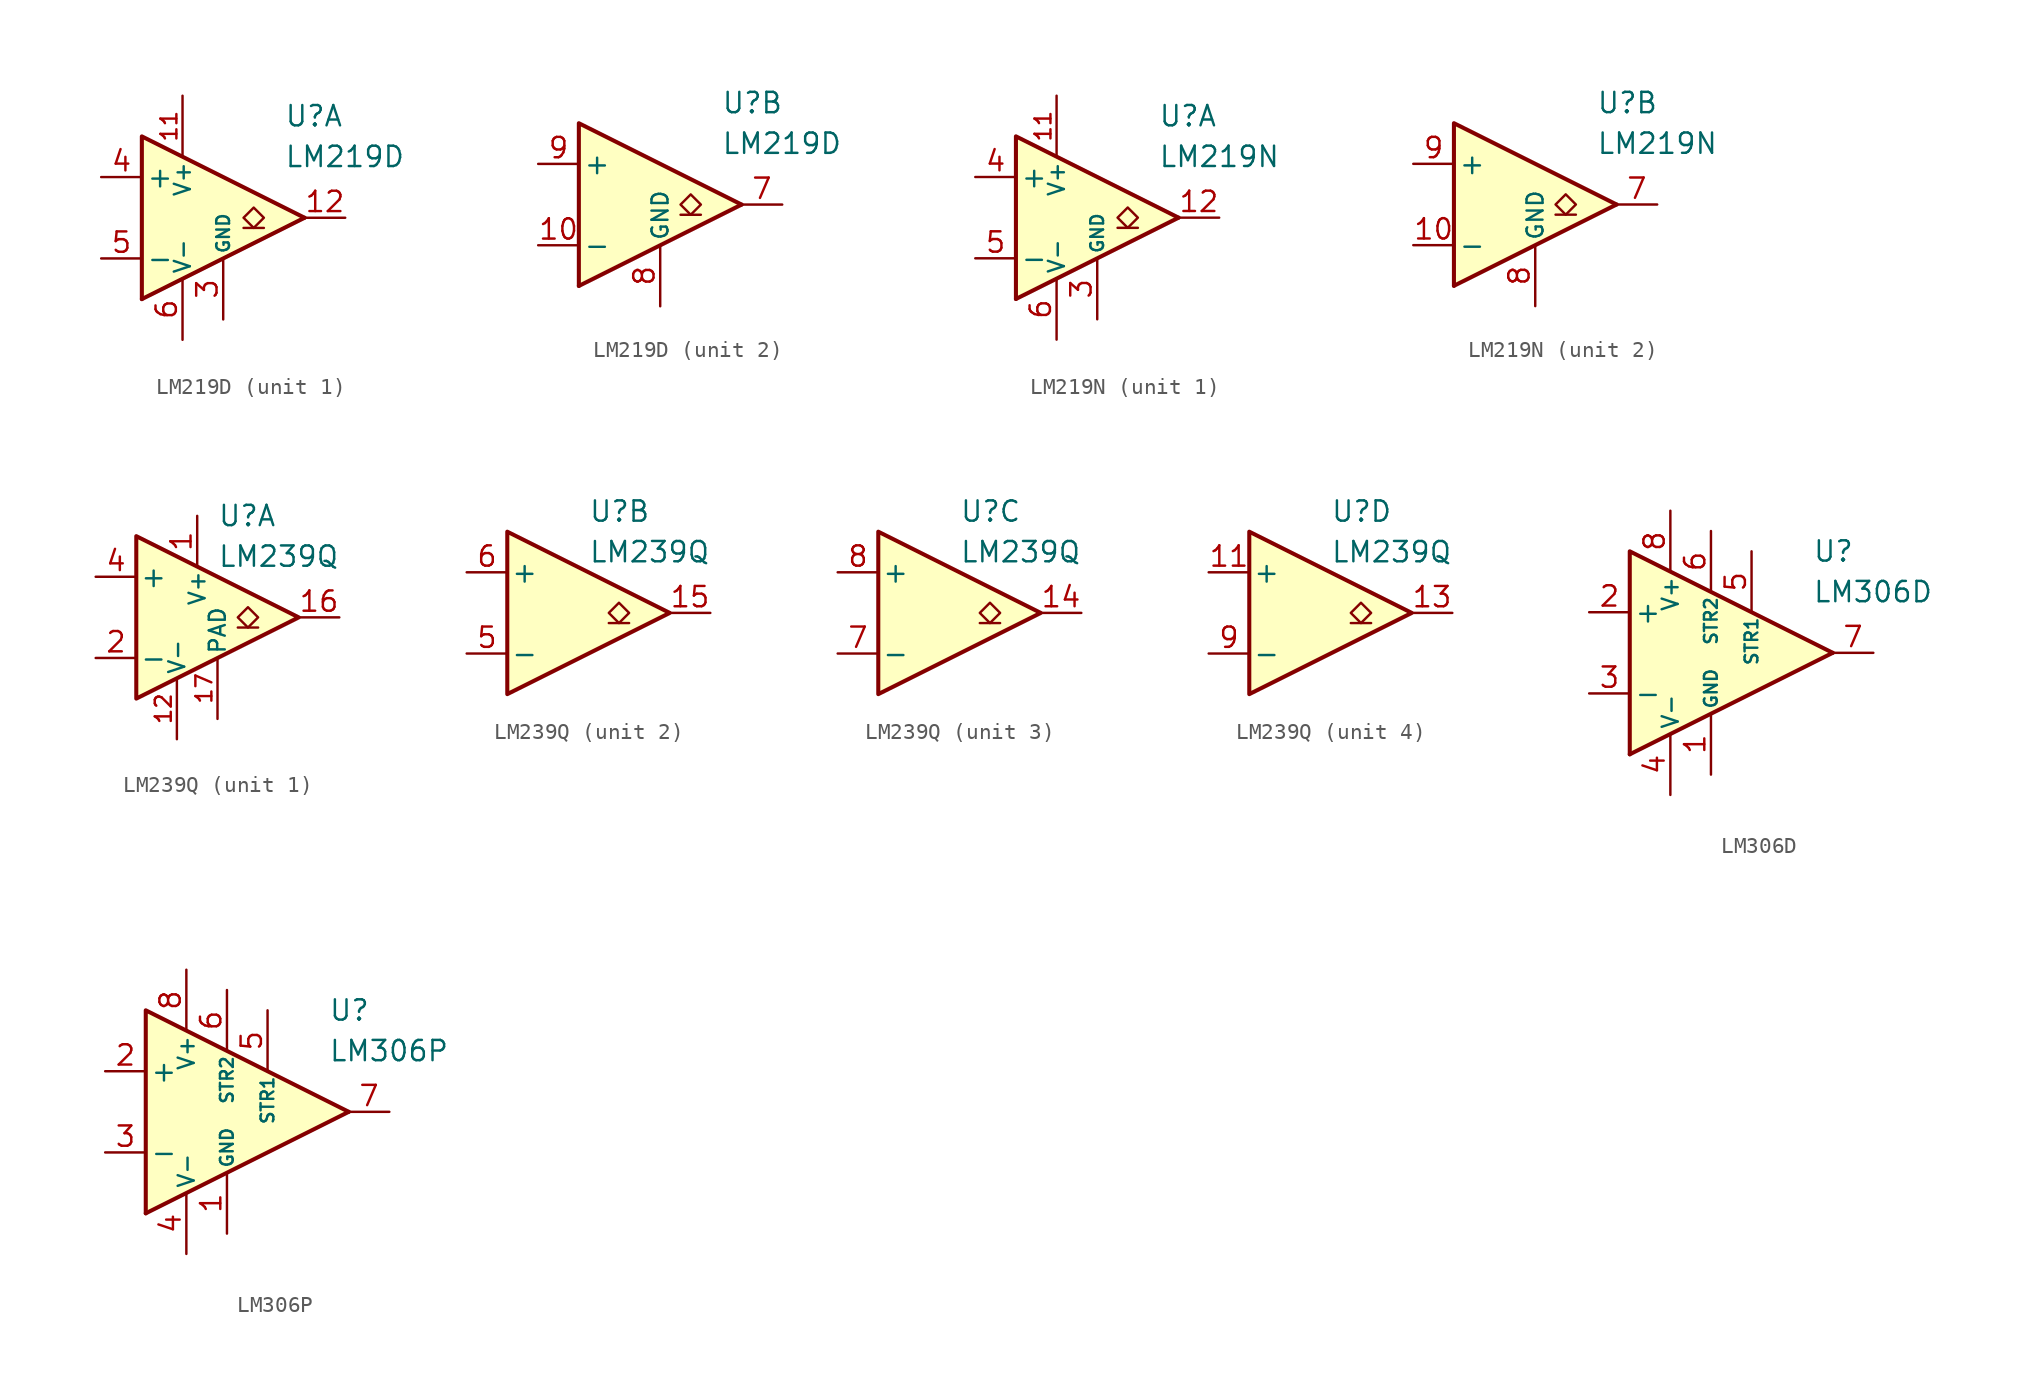
<source format=kicad_sym>
(kicad_symbol_lib
  (version 20211014)
  (generator kicad_symbol_editor)
  (symbol "LM219D"
    (pin_names
      (offset 0.254))
    (property "Reference" "U"
      (at 6.35 6.35 0)
      (effects (font (size 1.27 1.27)) (justify left)))
    (property "Value" "LM219D"
      (at 6.35 3.81 0)
      (effects (font (size 1.27 1.27)) (justify left)))
    (property "ki_locked" ""
      (at 0 0 0)
      (effects (font (size 1.27 1.27))))
    (symbol "LM219D_0_0"
      (polyline (pts (xy 7.62 0) (xy -2.54 -5.08)) (stroke (width 0.254) (type default) (color 0 0 0 0)) (fill (type none)))
      (polyline (pts (xy 7.62 0) (xy -2.54 5.08) (xy -2.54 -5.08)) (stroke (width 0.254) (type default) (color 0 0 0 0)) (fill (type background))))
    (symbol "LM219D_1_1"
      (polyline (pts (xy 5.08 -0.635) (xy 3.81 -0.635)) (stroke (width 0.152) (type default) (color 0 0 0 0)) (fill (type none)))
      (polyline (pts (xy 4.445 -0.635) (xy 3.81 0) (xy 4.445 0.635) (xy 5.08 0) (xy 4.445 -0.635)) (stroke (width 0.152) (type default) (color 0 0 0 0)) (fill (type none)))
      (pin open_emitter line (at 1.27 2.54 270) (length 2.54) hide (name "NC" (effects (font (size 1.27 1.27)))) (number "1" (effects (font (size 1.27 1.27)))))
      (pin power_in line (at 0 7.62 270) (length 3.81) (name "V+" (effects (font (size 1 1)))) (number "11" (effects (font (size 1 1)))))
      (pin open_collector line (at 10.16 0 180) (length 2.54) (name "~" (effects (font (size 1.27 1.27)))) (number "12" (effects (font (size 1.27 1.27)))))
      (pin no_connect line (at 1.27 -2.54 90) (length 2.54) hide (name "NC" (effects (font (size 1.27 1.27)))) (number "2" (effects (font (size 1.27 1.27)))))
      (pin power_in line (at 2.54 -6.35 90) (length 3.81) (name "GND" (effects (font (size 0.8 0.8)))) (number "3" (effects (font (size 1.27 1.27)))))
      (pin input line (at -5.08 2.54 0) (length 2.54) (name "+" (effects (font (size 1.27 1.27)))) (number "4" (effects (font (size 1.27 1.27)))))
      (pin input line (at -5.08 -2.54 0) (length 2.54) (name "-" (effects (font (size 1.27 1.27)))) (number "5" (effects (font (size 1.27 1.27)))))
      (pin power_in line (at 0 -7.62 90) (length 3.81) (name "V-" (effects (font (size 1 1)))) (number "6" (effects (font (size 1.27 1.27))))))
    (symbol "LM219D_2_1"
      (polyline (pts (xy 5.08 -0.635) (xy 3.81 -0.635)) (stroke (width 0.152) (type default) (color 0 0 0 0)) (fill (type none)))
      (polyline (pts (xy 4.445 -0.635) (xy 3.81 0) (xy 4.445 0.635) (xy 5.08 0) (xy 4.445 -0.635)) (stroke (width 0.152) (type default) (color 0 0 0 0)) (fill (type none)))
      (pin input line (at -5.08 -2.54 0) (length 2.54) (name "-" (effects (font (size 1.27 1.27)))) (number "10" (effects (font (size 1.27 1.27)))))
      (pin no_connect line (at 1.27 -2.54 90) (length 2.54) hide (name "NC" (effects (font (size 1.27 1.27)))) (number "13" (effects (font (size 1.27 1.27)))))
      (pin no_connect line (at 1.27 2.54 270) (length 2.54) hide (name "NC" (effects (font (size 1.27 1.27)))) (number "14" (effects (font (size 1.27 1.27)))))
      (pin open_collector line (at 10.16 0 180) (length 2.54) (name "~" (effects (font (size 1.27 1.27)))) (number "7" (effects (font (size 1.27 1.27)))))
      (pin power_in line (at 2.54 -6.35 90) (length 3.81) (name "GND" (effects (font (size 1 1)))) (number "8" (effects (font (size 1.27 1.27)))))
      (pin input line (at -5.08 2.54 0) (length 2.54) (name "+" (effects (font (size 1.27 1.27)))) (number "9" (effects (font (size 1.27 1.27)))))))
  (symbol "LM219N"
    (pin_names
      (offset 0.254))
    (property "Reference" "U"
      (at 6.35 6.35 0)
      (effects (font (size 1.27 1.27)) (justify left)))
    (property "Value" "LM219N"
      (at 6.35 3.81 0)
      (effects (font (size 1.27 1.27)) (justify left)))
    (property "ki_locked" ""
      (at 0 0 0)
      (effects (font (size 1.27 1.27))))
    (symbol "LM219N_0_0"
      (polyline (pts (xy 7.62 0) (xy -2.54 -5.08)) (stroke (width 0.254) (type default) (color 0 0 0 0)) (fill (type none)))
      (polyline (pts (xy 7.62 0) (xy -2.54 5.08) (xy -2.54 -5.08)) (stroke (width 0.254) (type default) (color 0 0 0 0)) (fill (type background))))
    (symbol "LM219N_1_1"
      (polyline (pts (xy 5.08 -0.635) (xy 3.81 -0.635)) (stroke (width 0.152) (type default) (color 0 0 0 0)) (fill (type none)))
      (polyline (pts (xy 4.445 -0.635) (xy 3.81 0) (xy 4.445 0.635) (xy 5.08 0) (xy 4.445 -0.635)) (stroke (width 0.152) (type default) (color 0 0 0 0)) (fill (type none)))
      (pin open_emitter line (at 1.27 2.54 270) (length 2.54) hide (name "NC" (effects (font (size 1.27 1.27)))) (number "1" (effects (font (size 1.27 1.27)))))
      (pin power_in line (at 0 7.62 270) (length 3.81) (name "V+" (effects (font (size 1 1)))) (number "11" (effects (font (size 1 1)))))
      (pin open_collector line (at 10.16 0 180) (length 2.54) (name "~" (effects (font (size 1.27 1.27)))) (number "12" (effects (font (size 1.27 1.27)))))
      (pin no_connect line (at 1.27 -2.54 90) (length 2.54) hide (name "NC" (effects (font (size 1.27 1.27)))) (number "2" (effects (font (size 1.27 1.27)))))
      (pin power_in line (at 2.54 -6.35 90) (length 3.81) (name "GND" (effects (font (size 0.8 0.8)))) (number "3" (effects (font (size 1.27 1.27)))))
      (pin input line (at -5.08 2.54 0) (length 2.54) (name "+" (effects (font (size 1.27 1.27)))) (number "4" (effects (font (size 1.27 1.27)))))
      (pin input line (at -5.08 -2.54 0) (length 2.54) (name "-" (effects (font (size 1.27 1.27)))) (number "5" (effects (font (size 1.27 1.27)))))
      (pin power_in line (at 0 -7.62 90) (length 3.81) (name "V-" (effects (font (size 1 1)))) (number "6" (effects (font (size 1.27 1.27))))))
    (symbol "LM219N_2_1"
      (polyline (pts (xy 5.08 -0.635) (xy 3.81 -0.635)) (stroke (width 0.152) (type default) (color 0 0 0 0)) (fill (type none)))
      (polyline (pts (xy 4.445 -0.635) (xy 3.81 0) (xy 4.445 0.635) (xy 5.08 0) (xy 4.445 -0.635)) (stroke (width 0.152) (type default) (color 0 0 0 0)) (fill (type none)))
      (pin input line (at -5.08 -2.54 0) (length 2.54) (name "-" (effects (font (size 1.27 1.27)))) (number "10" (effects (font (size 1.27 1.27)))))
      (pin no_connect line (at 1.27 -2.54 90) (length 2.54) hide (name "NC" (effects (font (size 1.27 1.27)))) (number "13" (effects (font (size 1.27 1.27)))))
      (pin no_connect line (at 1.27 2.54 270) (length 2.54) hide (name "NC" (effects (font (size 1.27 1.27)))) (number "14" (effects (font (size 1.27 1.27)))))
      (pin open_collector line (at 10.16 0 180) (length 2.54) (name "~" (effects (font (size 1.27 1.27)))) (number "7" (effects (font (size 1.27 1.27)))))
      (pin power_in line (at 2.54 -6.35 90) (length 3.81) (name "GND" (effects (font (size 1 1)))) (number "8" (effects (font (size 1.27 1.27)))))
      (pin input line (at -5.08 2.54 0) (length 2.54) (name "+" (effects (font (size 1.27 1.27)))) (number "9" (effects (font (size 1.27 1.27)))))))
  (symbol "LM239Q"
    (pin_names
      (offset 0.2))
    (property "Reference" "U"
      (at 1.27 6.35 0)
      (effects (font (size 1.27 1.27)) (justify left)))
    (property "Value" "LM239Q"
      (at 1.27 3.81 0)
      (effects (font (size 1.27 1.27)) (justify left)))
    (property "ki_locked" ""
      (at 0 0 0)
      (effects (font (size 1.27 1.27))))
    (symbol "LM239Q_0_1"
      (polyline (pts (xy -3.81 5.08) (xy -3.81 -5.08) (xy 6.35 0) (xy -3.81 5.08)) (stroke (width 0.254) (type default) (color 0 0 0 0)) (fill (type background))))
    (symbol "LM239Q_1_1"
      (polyline (pts (xy 3.81 -0.635) (xy 2.54 -0.635)) (stroke (width 0.152) (type default) (color 0 0 0 0)) (fill (type none)))
      (polyline (pts (xy 3.175 -0.635) (xy 2.54 0) (xy 3.175 0.635) (xy 3.81 0) (xy 3.175 -0.635)) (stroke (width 0.152) (type default) (color 0 0 0 0)) (fill (type none)))
      (pin power_in line (at 0 6.35 270) (length 3.18) (name "V+" (effects (font (size 1 1)))) (number "1" (effects (font (size 1.27 1.27)))))
      (pin no_connect line (at -2.54 -1.27 0) (length 2.54) hide (name "NC" (effects (font (size 1.27 1.27)))) (number "10" (effects (font (size 1.27 1.27)))))
      (pin power_in line (at -1.27 -7.62 90) (length 3.81) (name "V-" (effects (font (size 1 1)))) (number "12" (effects (font (size 1 1)))))
      (pin open_collector line (at 8.89 0 180) (length 2.54) (name "~" (effects (font (size 1.27 1.27)))) (number "16" (effects (font (size 1.27 1.27)))))
      (pin power_in line (at 1.27 -6.35 90) (length 3.81) (name "PAD" (effects (font (size 1 1)))) (number "17" (effects (font (size 1 1)))))
      (pin input line (at -6.35 -2.54 0) (length 2.54) (name "-" (effects (font (size 1.27 1.27)))) (number "2" (effects (font (size 1.27 1.27)))))
      (pin no_connect line (at -2.54 1.27 0) (length 2.54) hide (name "NC" (effects (font (size 1.27 1.27)))) (number "3" (effects (font (size 1.27 1.27)))))
      (pin input line (at -6.35 2.54 0) (length 2.54) (name "+" (effects (font (size 1.27 1.27)))) (number "4" (effects (font (size 1.27 1.27))))))
    (symbol "LM239Q_2_1"
      (polyline (pts (xy 3.81 -0.635) (xy 2.54 -0.635)) (stroke (width 0.152) (type default) (color 0 0 0 0)) (fill (type none)))
      (polyline (pts (xy 3.175 -0.635) (xy 2.54 0) (xy 3.175 0.635) (xy 3.81 0) (xy 3.175 -0.635)) (stroke (width 0.152) (type default) (color 0 0 0 0)) (fill (type none)))
      (pin open_collector line (at 8.89 0 180) (length 2.54) (name "~" (effects (font (size 1.27 1.27)))) (number "15" (effects (font (size 1.27 1.27)))))
      (pin input line (at -6.35 -2.54 0) (length 2.54) (name "-" (effects (font (size 1.27 1.27)))) (number "5" (effects (font (size 1.27 1.27)))))
      (pin input line (at -6.35 2.54 0) (length 2.54) (name "+" (effects (font (size 1.27 1.27)))) (number "6" (effects (font (size 1.27 1.27))))))
    (symbol "LM239Q_3_1"
      (polyline (pts (xy 3.81 -0.635) (xy 2.54 -0.635)) (stroke (width 0.152) (type default) (color 0 0 0 0)) (fill (type none)))
      (polyline (pts (xy 3.175 -0.635) (xy 2.54 0) (xy 3.175 0.635) (xy 3.81 0) (xy 3.175 -0.635)) (stroke (width 0.152) (type default) (color 0 0 0 0)) (fill (type none)))
      (pin open_collector line (at 8.89 0 180) (length 2.54) (name "~" (effects (font (size 1.27 1.27)))) (number "14" (effects (font (size 1.27 1.27)))))
      (pin input line (at -6.35 -2.54 0) (length 2.54) (name "-" (effects (font (size 1.27 1.27)))) (number "7" (effects (font (size 1.27 1.27)))))
      (pin input line (at -6.35 2.54 0) (length 2.54) (name "+" (effects (font (size 1.27 1.27)))) (number "8" (effects (font (size 1.27 1.27))))))
    (symbol "LM239Q_4_1"
      (polyline (pts (xy 3.81 -0.635) (xy 2.54 -0.635)) (stroke (width 0.152) (type default) (color 0 0 0 0)) (fill (type none)))
      (polyline (pts (xy 3.175 -0.635) (xy 2.54 0) (xy 3.175 0.635) (xy 3.81 0) (xy 3.175 -0.635)) (stroke (width 0.152) (type default) (color 0 0 0 0)) (fill (type none)))
      (pin input line (at -6.35 2.54 0) (length 2.54) (name "+" (effects (font (size 1.27 1.27)))) (number "11" (effects (font (size 1.27 1.27)))))
      (pin open_collector line (at 8.89 0 180) (length 2.54) (name "~" (effects (font (size 1.27 1.27)))) (number "13" (effects (font (size 1.27 1.27)))))
      (pin input line (at -6.35 -2.54 0) (length 2.54) (name "-" (effects (font (size 1.27 1.27)))) (number "9" (effects (font (size 1.27 1.27)))))))
  (symbol "LM306D"
    (pin_names
      (offset 0.254))
    (property "Reference" "U"
      (at 6.35 6.35 0)
      (effects (font (size 1.27 1.27)) (justify left)))
    (property "Value" "LM306D"
      (at 6.35 3.81 0)
      (effects (font (size 1.27 1.27)) (justify left)))
    (symbol "LM306D_0_0"
      (polyline (pts (xy 7.62 0) (xy -5.08 -6.35)) (stroke (width 0.254) (type default) (color 0 0 0 0)) (fill (type none)))
      (polyline (pts (xy 7.62 0) (xy -5.08 6.35) (xy -5.08 -6.35)) (stroke (width 0.254) (type default) (color 0 0 0 0)) (fill (type background))))
    (symbol "LM306D_1_1"
      (pin power_in line (at 0 -7.62 90) (length 3.81) (name "GND" (effects (font (size 0.8 0.8)))) (number "1" (effects (font (size 1.27 1.27)))))
      (pin input line (at -7.62 2.54 0) (length 2.54) (name "+" (effects (font (size 1.27 1.27)))) (number "2" (effects (font (size 1.27 1.27)))))
      (pin input line (at -7.62 -2.54 0) (length 2.54) (name "-" (effects (font (size 1.27 1.27)))) (number "3" (effects (font (size 1.27 1.27)))))
      (pin power_in line (at -2.54 -8.89 90) (length 3.81) (name "V-" (effects (font (size 1 1)))) (number "4" (effects (font (size 1.27 1.27)))))
      (pin input line (at 2.54 6.35 270) (length 3.81) (name "STR1" (effects (font (size 0.8 0.8)))) (number "5" (effects (font (size 1.27 1.27)))))
      (pin input line (at 0 7.62 270) (length 3.81) (name "STR2" (effects (font (size 0.8 0.8)))) (number "6" (effects (font (size 1.27 1.27)))))
      (pin output line (at 10.16 0 180) (length 2.54) (name "~" (effects (font (size 1.27 1.27)))) (number "7" (effects (font (size 1.27 1.27)))))
      (pin power_in line (at -2.54 8.89 270) (length 3.81) (name "V+" (effects (font (size 1 1)))) (number "8" (effects (font (size 1.27 1.27)))))))
  (symbol "LM306P"
    (pin_names
      (offset 0.254))
    (property "Reference" "U"
      (at 6.35 6.35 0)
      (effects (font (size 1.27 1.27)) (justify left)))
    (property "Value" "LM306P"
      (at 6.35 3.81 0)
      (effects (font (size 1.27 1.27)) (justify left)))
    (symbol "LM306P_0_0"
      (polyline (pts (xy 7.62 0) (xy -5.08 -6.35)) (stroke (width 0.254) (type default) (color 0 0 0 0)) (fill (type none)))
      (polyline (pts (xy 7.62 0) (xy -5.08 6.35) (xy -5.08 -6.35)) (stroke (width 0.254) (type default) (color 0 0 0 0)) (fill (type background))))
    (symbol "LM306P_1_1"
      (pin power_in line (at 0 -7.62 90) (length 3.81) (name "GND" (effects (font (size 0.8 0.8)))) (number "1" (effects (font (size 1.27 1.27)))))
      (pin input line (at -7.62 2.54 0) (length 2.54) (name "+" (effects (font (size 1.27 1.27)))) (number "2" (effects (font (size 1.27 1.27)))))
      (pin input line (at -7.62 -2.54 0) (length 2.54) (name "-" (effects (font (size 1.27 1.27)))) (number "3" (effects (font (size 1.27 1.27)))))
      (pin power_in line (at -2.54 -8.89 90) (length 3.81) (name "V-" (effects (font (size 1 1)))) (number "4" (effects (font (size 1.27 1.27)))))
      (pin input line (at 2.54 6.35 270) (length 3.81) (name "STR1" (effects (font (size 0.8 0.8)))) (number "5" (effects (font (size 1.27 1.27)))))
      (pin input line (at 0 7.62 270) (length 3.81) (name "STR2" (effects (font (size 0.8 0.8)))) (number "6" (effects (font (size 1.27 1.27)))))
      (pin output line (at 10.16 0 180) (length 2.54) (name "~" (effects (font (size 1.27 1.27)))) (number "7" (effects (font (size 1.27 1.27)))))
      (pin power_in line (at -2.54 8.89 270) (length 3.81) (name "V+" (effects (font (size 1 1)))) (number "8" (effects (font (size 1.27 1.27))))))))
</source>
